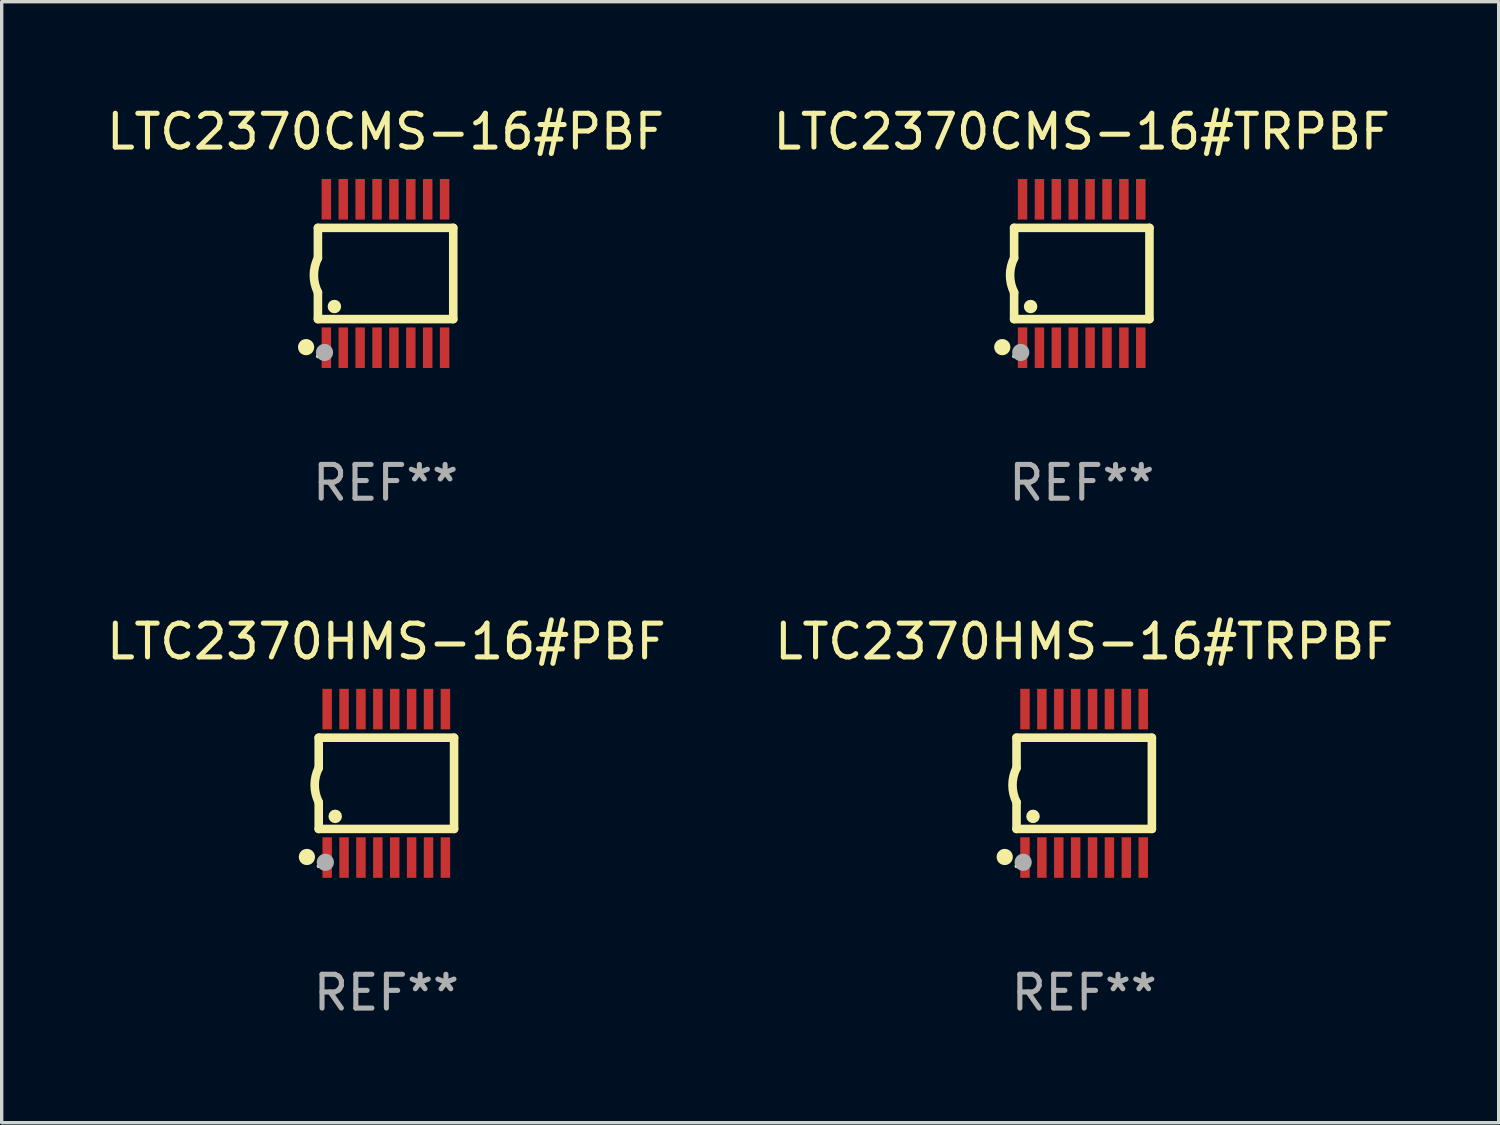
<source format=kicad_pcb>
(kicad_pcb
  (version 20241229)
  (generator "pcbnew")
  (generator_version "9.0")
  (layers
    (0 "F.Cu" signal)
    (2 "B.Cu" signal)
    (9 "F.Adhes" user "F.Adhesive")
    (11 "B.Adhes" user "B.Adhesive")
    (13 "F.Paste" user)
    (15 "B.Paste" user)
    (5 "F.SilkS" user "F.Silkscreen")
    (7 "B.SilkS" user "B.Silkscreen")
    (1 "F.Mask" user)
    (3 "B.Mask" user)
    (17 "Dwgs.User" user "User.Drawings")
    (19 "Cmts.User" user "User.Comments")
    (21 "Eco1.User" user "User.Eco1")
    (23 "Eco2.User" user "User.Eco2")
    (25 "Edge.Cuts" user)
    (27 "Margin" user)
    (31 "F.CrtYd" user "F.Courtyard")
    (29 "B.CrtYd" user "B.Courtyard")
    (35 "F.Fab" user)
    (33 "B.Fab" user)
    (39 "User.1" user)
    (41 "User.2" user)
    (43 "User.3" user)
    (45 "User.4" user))
  (footprint "LTC2370HMS-16#TRPBF"
    (layer "F.Cu")
    (at 29.042 20.136)
    (property "Reference" "LTC2370HMS-16#TRPBF" (at 0 -4.197 0) (layer "F.SilkS") (effects (font (size 1 1) (thickness 0.15))))
    (attr through_hole)
    (fp_line (start -2.003 -1.35) (end -2.003 -0.457) (stroke (width 0.254) (type solid)) (layer "F.SilkS"))
    (fp_line (start -2.003 -1.35) (end 2.003 -1.35) (stroke (width 0.254) (type solid)) (layer "F.SilkS"))
    (fp_line (start -2.003 1.35) (end -2.003 0.559) (stroke (width 0.254) (type solid)) (layer "F.SilkS"))
    (fp_line (start -2.003 1.35) (end 2.003 1.35) (stroke (width 0.254) (type solid)) (layer "F.SilkS"))
    (fp_line (start 2.003 -1.35) (end 2.003 1.35) (stroke (width 0.254) (type solid)) (layer "F.SilkS"))
    (fp_arc (start -2.002286 0.558802) (mid -2.122556 0.05092) (end -2.003302 -0.457201) (stroke (width 0.254001) (type solid)) (layer "F.SilkS"))
    (fp_circle (center -2.353 2.18) (end -2.233 2.18) (stroke (width 0.24) (type solid)) (fill no) (layer "F.SilkS"))
    (fp_circle (center -2.003 2.45) (end -1.973 2.45) (stroke (width 0.06) (type solid)) (fill no) (layer "F.SilkS"))
    (fp_circle (center -1.515 0.978) (end -1.415 0.978) (stroke (width 0.2) (type solid)) (fill no) (layer "F.SilkS"))
    (fp_circle (center -1.807 2.337) (end -1.68 2.337) (stroke (width 0.254) (type solid)) (fill no) (layer "F.Fab"))
    (fp_text user "REF**" (at 0 6.197 0) (layer "F.Fab") (effects (font (size 1 1) (thickness 0.15))))
    (pad "1" smd rect (at -1.753 2.197 90) (size 1.2 0.28) (layers "F.Cu" "F.Mask" "F.Paste"))
    (pad "2" smd rect (at -1.253 2.197 90) (size 1.2 0.28) (layers "F.Cu" "F.Mask" "F.Paste"))
    (pad "3" smd rect (at -0.753 2.197 90) (size 1.2 0.28) (layers "F.Cu" "F.Mask" "F.Paste"))
    (pad "4" smd rect (at -0.253 2.197 90) (size 1.2 0.28) (layers "F.Cu" "F.Mask" "F.Paste"))
    (pad "5" smd rect (at 0.247 2.197 90) (size 1.2 0.28) (layers "F.Cu" "F.Mask" "F.Paste"))
    (pad "6" smd rect (at 0.747 2.197 90) (size 1.2 0.28) (layers "F.Cu" "F.Mask" "F.Paste"))
    (pad "7" smd rect (at 1.247 2.197 90) (size 1.2 0.28) (layers "F.Cu" "F.Mask" "F.Paste"))
    (pad "8" smd rect (at 1.747 2.197 90) (size 1.2 0.28) (layers "F.Cu" "F.Mask" "F.Paste"))
    (pad "9" smd rect (at 1.747 -2.197 90) (size 1.2 0.28) (layers "F.Cu" "F.Mask" "F.Paste"))
    (pad "10" smd rect (at 1.247 -2.197 90) (size 1.2 0.28) (layers "F.Cu" "F.Mask" "F.Paste"))
    (pad "11" smd rect (at 0.747 -2.197 90) (size 1.2 0.28) (layers "F.Cu" "F.Mask" "F.Paste"))
    (pad "12" smd rect (at 0.247 -2.197 90) (size 1.2 0.28) (layers "F.Cu" "F.Mask" "F.Paste"))
    (pad "13" smd rect (at -0.253 -2.197 90) (size 1.2 0.28) (layers "F.Cu" "F.Mask" "F.Paste"))
    (pad "14" smd rect (at -0.753 -2.197 90) (size 1.2 0.28) (layers "F.Cu" "F.Mask" "F.Paste"))
    (pad "15" smd rect (at -1.253 -2.197 90) (size 1.2 0.28) (layers "F.Cu" "F.Mask" "F.Paste"))
    (pad "16" smd rect (at -1.753 -2.197 90) (size 1.2 0.28) (layers "F.Cu" "F.Mask" "F.Paste")))
  (footprint "LTC2370HMS-16#PBF"
    (layer "F.Cu")
    (at 8.387 20.136)
    (property "Reference" "LTC2370HMS-16#PBF" (at 0 -4.197 0) (layer "F.SilkS") (effects (font (size 1 1) (thickness 0.15))))
    (attr through_hole)
    (fp_line (start -2.003 -1.35) (end -2.003 -0.457) (stroke (width 0.254) (type solid)) (layer "F.SilkS"))
    (fp_line (start -2.003 -1.35) (end 2.003 -1.35) (stroke (width 0.254) (type solid)) (layer "F.SilkS"))
    (fp_line (start -2.003 1.35) (end -2.003 0.559) (stroke (width 0.254) (type solid)) (layer "F.SilkS"))
    (fp_line (start -2.003 1.35) (end 2.003 1.35) (stroke (width 0.254) (type solid)) (layer "F.SilkS"))
    (fp_line (start 2.003 -1.35) (end 2.003 1.35) (stroke (width 0.254) (type solid)) (layer "F.SilkS"))
    (fp_arc (start -2.002286 0.558802) (mid -2.122556 0.05092) (end -2.003302 -0.457201) (stroke (width 0.254001) (type solid)) (layer "F.SilkS"))
    (fp_circle (center -2.353 2.18) (end -2.233 2.18) (stroke (width 0.24) (type solid)) (fill no) (layer "F.SilkS"))
    (fp_circle (center -2.003 2.45) (end -1.973 2.45) (stroke (width 0.06) (type solid)) (fill no) (layer "F.SilkS"))
    (fp_circle (center -1.515 0.978) (end -1.415 0.978) (stroke (width 0.2) (type solid)) (fill no) (layer "F.SilkS"))
    (fp_circle (center -1.807 2.337) (end -1.68 2.337) (stroke (width 0.254) (type solid)) (fill no) (layer "F.Fab"))
    (fp_text user "REF**" (at 0 6.197 0) (layer "F.Fab") (effects (font (size 1 1) (thickness 0.15))))
    (pad "1" smd rect (at -1.753 2.197 90) (size 1.2 0.28) (layers "F.Cu" "F.Mask" "F.Paste"))
    (pad "2" smd rect (at -1.253 2.197 90) (size 1.2 0.28) (layers "F.Cu" "F.Mask" "F.Paste"))
    (pad "3" smd rect (at -0.753 2.197 90) (size 1.2 0.28) (layers "F.Cu" "F.Mask" "F.Paste"))
    (pad "4" smd rect (at -0.253 2.197 90) (size 1.2 0.28) (layers "F.Cu" "F.Mask" "F.Paste"))
    (pad "5" smd rect (at 0.247 2.197 90) (size 1.2 0.28) (layers "F.Cu" "F.Mask" "F.Paste"))
    (pad "6" smd rect (at 0.747 2.197 90) (size 1.2 0.28) (layers "F.Cu" "F.Mask" "F.Paste"))
    (pad "7" smd rect (at 1.247 2.197 90) (size 1.2 0.28) (layers "F.Cu" "F.Mask" "F.Paste"))
    (pad "8" smd rect (at 1.747 2.197 90) (size 1.2 0.28) (layers "F.Cu" "F.Mask" "F.Paste"))
    (pad "9" smd rect (at 1.747 -2.197 90) (size 1.2 0.28) (layers "F.Cu" "F.Mask" "F.Paste"))
    (pad "10" smd rect (at 1.247 -2.197 90) (size 1.2 0.28) (layers "F.Cu" "F.Mask" "F.Paste"))
    (pad "11" smd rect (at 0.747 -2.197 90) (size 1.2 0.28) (layers "F.Cu" "F.Mask" "F.Paste"))
    (pad "12" smd rect (at 0.247 -2.197 90) (size 1.2 0.28) (layers "F.Cu" "F.Mask" "F.Paste"))
    (pad "13" smd rect (at -0.253 -2.197 90) (size 1.2 0.28) (layers "F.Cu" "F.Mask" "F.Paste"))
    (pad "14" smd rect (at -0.753 -2.197 90) (size 1.2 0.28) (layers "F.Cu" "F.Mask" "F.Paste"))
    (pad "15" smd rect (at -1.253 -2.197 90) (size 1.2 0.28) (layers "F.Cu" "F.Mask" "F.Paste"))
    (pad "16" smd rect (at -1.753 -2.197 90) (size 1.2 0.28) (layers "F.Cu" "F.Mask" "F.Paste")))
  (footprint "LTC2370CMS-16#PBF"
    (layer "F.Cu")
    (at 8.363 5.045)
    (property "Reference" "LTC2370CMS-16#PBF" (at 0 -4.197 0) (layer "F.SilkS") (effects (font (size 1 1) (thickness 0.15))))
    (attr through_hole)
    (fp_line (start -2.003 -1.35) (end -2.003 -0.457) (stroke (width 0.254) (type solid)) (layer "F.SilkS"))
    (fp_line (start -2.003 -1.35) (end 2.003 -1.35) (stroke (width 0.254) (type solid)) (layer "F.SilkS"))
    (fp_line (start -2.003 1.35) (end -2.003 0.559) (stroke (width 0.254) (type solid)) (layer "F.SilkS"))
    (fp_line (start -2.003 1.35) (end 2.003 1.35) (stroke (width 0.254) (type solid)) (layer "F.SilkS"))
    (fp_line (start 2.003 -1.35) (end 2.003 1.35) (stroke (width 0.254) (type solid)) (layer "F.SilkS"))
    (fp_arc (start -2.002286 0.558802) (mid -2.122556 0.05092) (end -2.003302 -0.457201) (stroke (width 0.254001) (type solid)) (layer "F.SilkS"))
    (fp_circle (center -2.353 2.18) (end -2.233 2.18) (stroke (width 0.24) (type solid)) (fill no) (layer "F.SilkS"))
    (fp_circle (center -2.003 2.45) (end -1.973 2.45) (stroke (width 0.06) (type solid)) (fill no) (layer "F.SilkS"))
    (fp_circle (center -1.515 0.978) (end -1.415 0.978) (stroke (width 0.2) (type solid)) (fill no) (layer "F.SilkS"))
    (fp_circle (center -1.807 2.337) (end -1.68 2.337) (stroke (width 0.254) (type solid)) (fill no) (layer "F.Fab"))
    (fp_text user "REF**" (at 0 6.197 0) (layer "F.Fab") (effects (font (size 1 1) (thickness 0.15))))
    (pad "1" smd rect (at -1.753 2.197 90) (size 1.2 0.28) (layers "F.Cu" "F.Mask" "F.Paste"))
    (pad "2" smd rect (at -1.253 2.197 90) (size 1.2 0.28) (layers "F.Cu" "F.Mask" "F.Paste"))
    (pad "3" smd rect (at -0.753 2.197 90) (size 1.2 0.28) (layers "F.Cu" "F.Mask" "F.Paste"))
    (pad "4" smd rect (at -0.253 2.197 90) (size 1.2 0.28) (layers "F.Cu" "F.Mask" "F.Paste"))
    (pad "5" smd rect (at 0.247 2.197 90) (size 1.2 0.28) (layers "F.Cu" "F.Mask" "F.Paste"))
    (pad "6" smd rect (at 0.747 2.197 90) (size 1.2 0.28) (layers "F.Cu" "F.Mask" "F.Paste"))
    (pad "7" smd rect (at 1.247 2.197 90) (size 1.2 0.28) (layers "F.Cu" "F.Mask" "F.Paste"))
    (pad "8" smd rect (at 1.747 2.197 90) (size 1.2 0.28) (layers "F.Cu" "F.Mask" "F.Paste"))
    (pad "9" smd rect (at 1.747 -2.197 90) (size 1.2 0.28) (layers "F.Cu" "F.Mask" "F.Paste"))
    (pad "10" smd rect (at 1.247 -2.197 90) (size 1.2 0.28) (layers "F.Cu" "F.Mask" "F.Paste"))
    (pad "11" smd rect (at 0.747 -2.197 90) (size 1.2 0.28) (layers "F.Cu" "F.Mask" "F.Paste"))
    (pad "12" smd rect (at 0.247 -2.197 90) (size 1.2 0.28) (layers "F.Cu" "F.Mask" "F.Paste"))
    (pad "13" smd rect (at -0.253 -2.197 90) (size 1.2 0.28) (layers "F.Cu" "F.Mask" "F.Paste"))
    (pad "14" smd rect (at -0.753 -2.197 90) (size 1.2 0.28) (layers "F.Cu" "F.Mask" "F.Paste"))
    (pad "15" smd rect (at -1.253 -2.197 90) (size 1.2 0.28) (layers "F.Cu" "F.Mask" "F.Paste"))
    (pad "16" smd rect (at -1.753 -2.197 90) (size 1.2 0.28) (layers "F.Cu" "F.Mask" "F.Paste")))
  (footprint "LTC2370CMS-16#TRPBF"
    (layer "F.Cu")
    (at 28.97 5.045)
    (property "Reference" "LTC2370CMS-16#TRPBF" (at 0 -4.197 0) (layer "F.SilkS") (effects (font (size 1 1) (thickness 0.15))))
    (attr through_hole)
    (fp_line (start -2.003 -1.35) (end -2.003 -0.457) (stroke (width 0.254) (type solid)) (layer "F.SilkS"))
    (fp_line (start -2.003 -1.35) (end 2.003 -1.35) (stroke (width 0.254) (type solid)) (layer "F.SilkS"))
    (fp_line (start -2.003 1.35) (end -2.003 0.559) (stroke (width 0.254) (type solid)) (layer "F.SilkS"))
    (fp_line (start -2.003 1.35) (end 2.003 1.35) (stroke (width 0.254) (type solid)) (layer "F.SilkS"))
    (fp_line (start 2.003 -1.35) (end 2.003 1.35) (stroke (width 0.254) (type solid)) (layer "F.SilkS"))
    (fp_arc (start -2.002286 0.558802) (mid -2.122556 0.05092) (end -2.003302 -0.457201) (stroke (width 0.254001) (type solid)) (layer "F.SilkS"))
    (fp_circle (center -2.353 2.18) (end -2.233 2.18) (stroke (width 0.24) (type solid)) (fill no) (layer "F.SilkS"))
    (fp_circle (center -2.003 2.45) (end -1.973 2.45) (stroke (width 0.06) (type solid)) (fill no) (layer "F.SilkS"))
    (fp_circle (center -1.515 0.978) (end -1.415 0.978) (stroke (width 0.2) (type solid)) (fill no) (layer "F.SilkS"))
    (fp_circle (center -1.807 2.337) (end -1.68 2.337) (stroke (width 0.254) (type solid)) (fill no) (layer "F.Fab"))
    (fp_text user "REF**" (at 0 6.197 0) (layer "F.Fab") (effects (font (size 1 1) (thickness 0.15))))
    (pad "1" smd rect (at -1.753 2.197 90) (size 1.2 0.28) (layers "F.Cu" "F.Mask" "F.Paste"))
    (pad "2" smd rect (at -1.253 2.197 90) (size 1.2 0.28) (layers "F.Cu" "F.Mask" "F.Paste"))
    (pad "3" smd rect (at -0.753 2.197 90) (size 1.2 0.28) (layers "F.Cu" "F.Mask" "F.Paste"))
    (pad "4" smd rect (at -0.253 2.197 90) (size 1.2 0.28) (layers "F.Cu" "F.Mask" "F.Paste"))
    (pad "5" smd rect (at 0.247 2.197 90) (size 1.2 0.28) (layers "F.Cu" "F.Mask" "F.Paste"))
    (pad "6" smd rect (at 0.747 2.197 90) (size 1.2 0.28) (layers "F.Cu" "F.Mask" "F.Paste"))
    (pad "7" smd rect (at 1.247 2.197 90) (size 1.2 0.28) (layers "F.Cu" "F.Mask" "F.Paste"))
    (pad "8" smd rect (at 1.747 2.197 90) (size 1.2 0.28) (layers "F.Cu" "F.Mask" "F.Paste"))
    (pad "9" smd rect (at 1.747 -2.197 90) (size 1.2 0.28) (layers "F.Cu" "F.Mask" "F.Paste"))
    (pad "10" smd rect (at 1.247 -2.197 90) (size 1.2 0.28) (layers "F.Cu" "F.Mask" "F.Paste"))
    (pad "11" smd rect (at 0.747 -2.197 90) (size 1.2 0.28) (layers "F.Cu" "F.Mask" "F.Paste"))
    (pad "12" smd rect (at 0.247 -2.197 90) (size 1.2 0.28) (layers "F.Cu" "F.Mask" "F.Paste"))
    (pad "13" smd rect (at -0.253 -2.197 90) (size 1.2 0.28) (layers "F.Cu" "F.Mask" "F.Paste"))
    (pad "14" smd rect (at -0.753 -2.197 90) (size 1.2 0.28) (layers "F.Cu" "F.Mask" "F.Paste"))
    (pad "15" smd rect (at -1.253 -2.197 90) (size 1.2 0.28) (layers "F.Cu" "F.Mask" "F.Paste"))
    (pad "16" smd rect (at -1.753 -2.197 90) (size 1.2 0.28) (layers "F.Cu" "F.Mask" "F.Paste")))
  (gr_rect
    (start -3 -3)
    (end 41.31 30.181)
    (stroke (width 0.1) (type default))
    (fill no)
    (layer "Edge.Cuts")))
</source>
